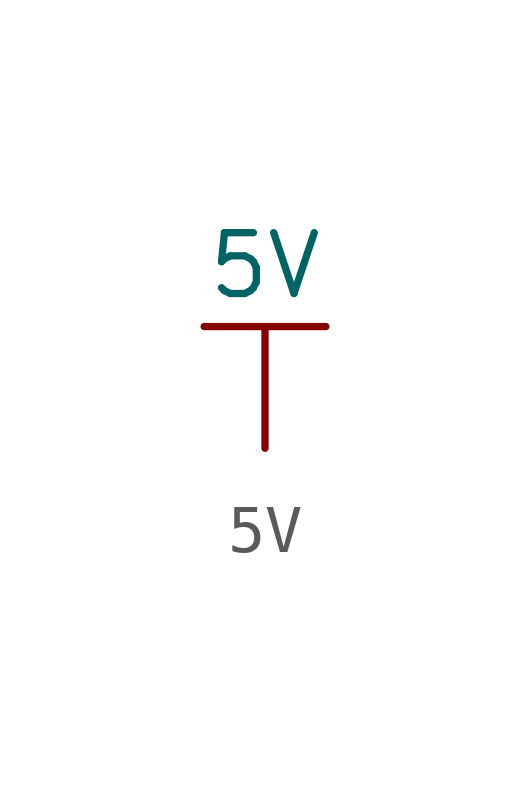
<source format=kicad_sym>
(kicad_symbol_lib
  (version 20220914)
  (generator kicad_symbol_editor)
  (symbol "5V"
    (power)
    (pin_numbers hide)
    (pin_names
      (offset 0) hide)
    (property "Reference" "#PWR"
      (at -6.35 2.54 0)
      (effects (font (size 1.27 1.27)) hide))
    (property "Value" "5V"
      (at 0 3.81 0)
      (effects (font (size 1.27 1.27))))
    (symbol "5V_0_1"
      (polyline (pts (xy 1.27 2.54) (xy -1.27 2.54)) (stroke (width 0) (type solid)) (fill (type none))))
    (symbol "5V_1_1"
      (pin power_out line (at 0 0 90) (length 2.54) (name "3V3" (effects (font (size 1.27 1.27)))) (number "~" (effects (font (size 1.27 1.27))))))))
</source>
